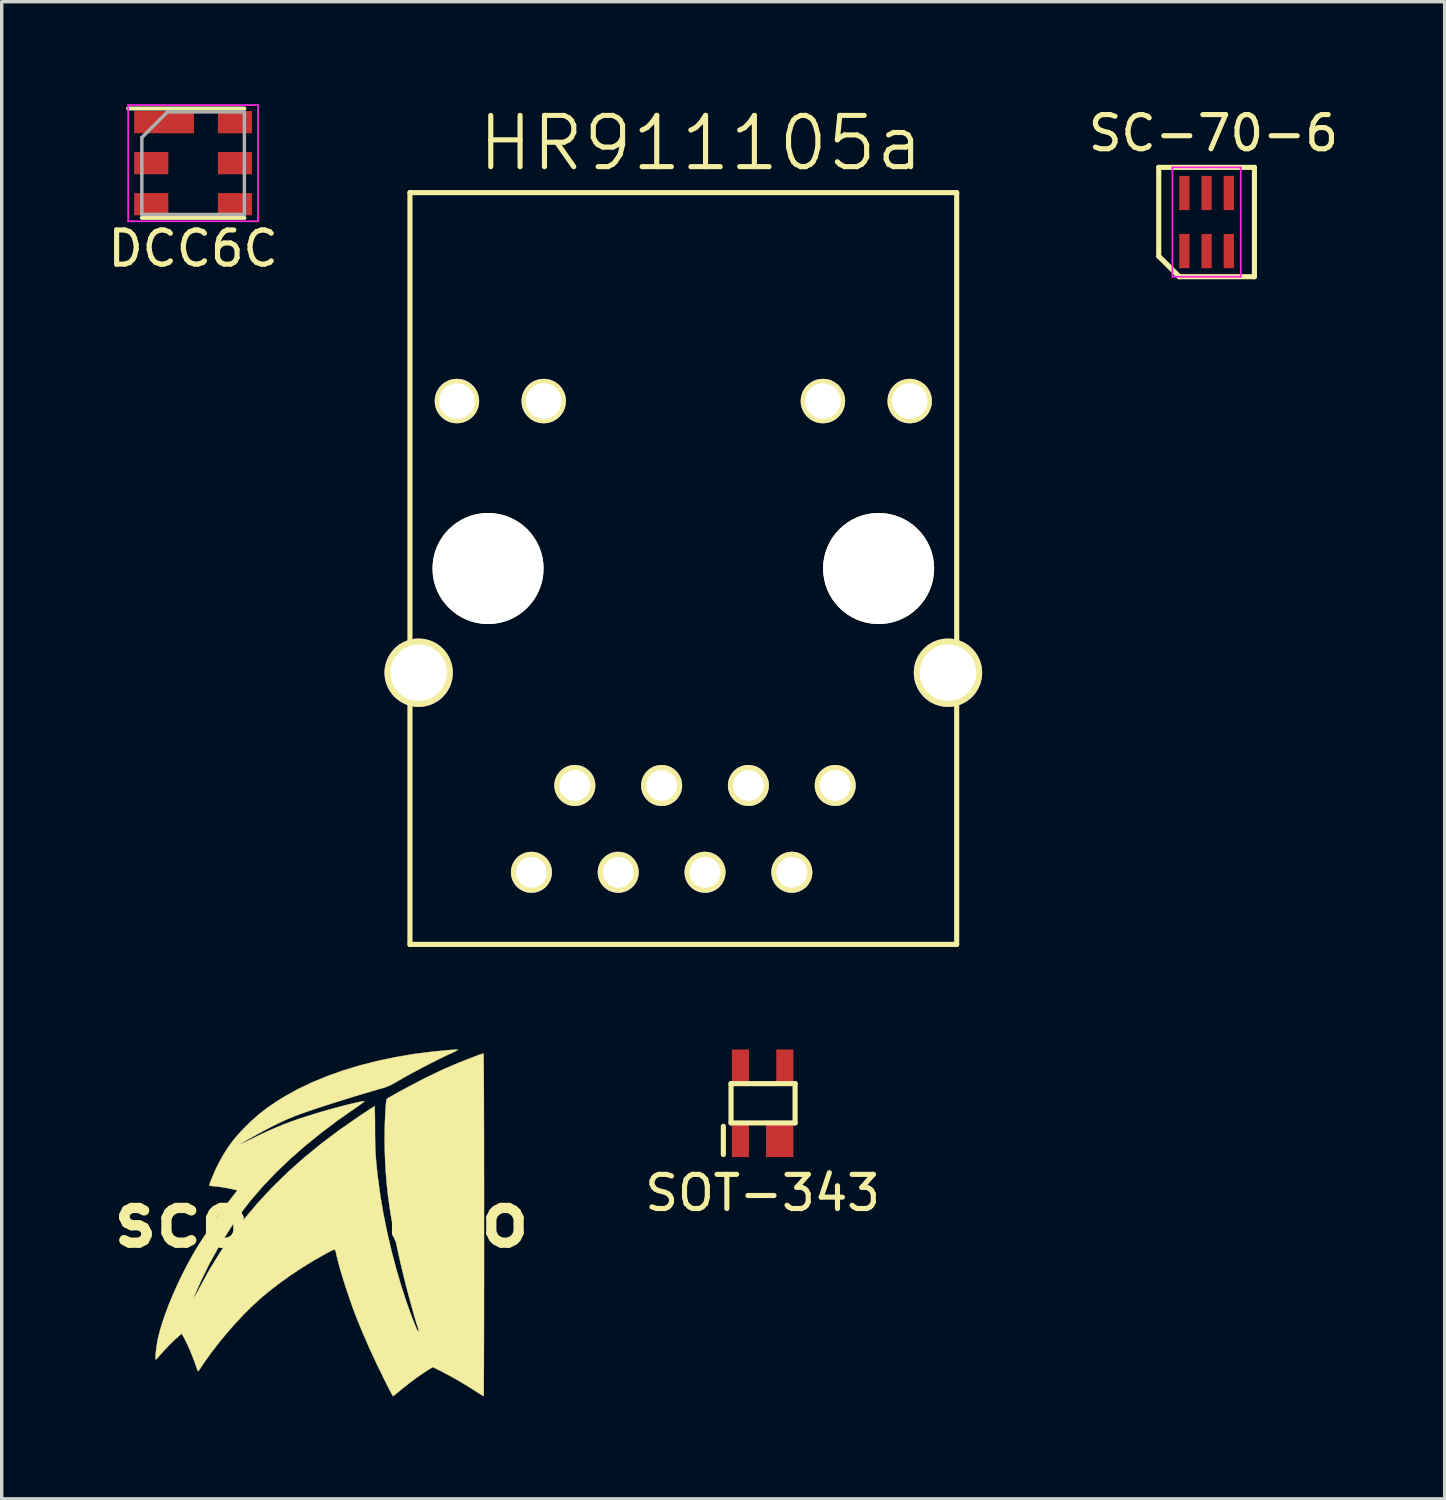
<source format=kicad_pcb>
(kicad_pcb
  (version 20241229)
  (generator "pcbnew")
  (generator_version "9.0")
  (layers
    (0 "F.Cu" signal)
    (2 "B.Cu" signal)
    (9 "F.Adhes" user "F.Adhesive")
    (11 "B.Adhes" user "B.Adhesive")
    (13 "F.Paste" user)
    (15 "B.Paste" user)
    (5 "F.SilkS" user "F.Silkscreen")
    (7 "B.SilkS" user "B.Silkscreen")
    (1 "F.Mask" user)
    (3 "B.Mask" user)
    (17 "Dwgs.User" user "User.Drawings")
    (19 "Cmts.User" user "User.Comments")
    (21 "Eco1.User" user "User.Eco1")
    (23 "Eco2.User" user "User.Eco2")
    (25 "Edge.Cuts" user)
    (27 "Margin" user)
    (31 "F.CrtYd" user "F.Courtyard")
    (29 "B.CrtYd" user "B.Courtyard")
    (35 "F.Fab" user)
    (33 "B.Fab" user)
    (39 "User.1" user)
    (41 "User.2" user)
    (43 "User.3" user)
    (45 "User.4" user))
  (footprint "DCC6C"
    (layer "F.Cu")
    (at 2.601 1.725)
    (property "Reference" "DCC6C" (at 0 2.5 0) (layer "F.SilkS") (effects (font (size 1 1) (thickness 0.15))))
    (attr through_hole)
    (fp_line (start -1.9 -1.6) (end 1.5 -1.6) (stroke (width 0.12) (type solid)) (layer "F.SilkS"))
    (fp_line (start 1.5 1.6) (end -1.5 1.6) (stroke (width 0.12) (type solid)) (layer "F.SilkS"))
    (fp_line (start -1.9 -1.7) (end 1.9 -1.7) (stroke (width 0.05) (type solid)) (layer "F.CrtYd"))
    (fp_line (start -1.9 1.7) (end -1.9 -1.7) (stroke (width 0.05) (type solid)) (layer "F.CrtYd"))
    (fp_line (start 1.9 -1.7) (end 1.9 1.7) (stroke (width 0.05) (type solid)) (layer "F.CrtYd"))
    (fp_line (start 1.9 1.7) (end -1.9 1.7) (stroke (width 0.05) (type solid)) (layer "F.CrtYd"))
    (fp_line (start -1.5 -0.75) (end -0.75 -1.5) (stroke (width 0.1) (type solid)) (layer "F.Fab"))
    (fp_line (start -1.5 1.5) (end -1.5 -0.75) (stroke (width 0.1) (type solid)) (layer "F.Fab"))
    (fp_line (start -0.75 -1.5) (end 1.5 -1.5) (stroke (width 0.1) (type solid)) (layer "F.Fab"))
    (fp_line (start 1.5 -1.5) (end 1.5 1.5) (stroke (width 0.1) (type solid)) (layer "F.Fab"))
    (fp_line (start 1.5 1.5) (end -1.5 1.5) (stroke (width 0.1) (type solid)) (layer "F.Fab"))
    (pad "1" smd rect (at -0.85 -1.2) (size 1.75 0.65) (layers "F.Cu" "F.Mask" "F.Paste"))
    (pad "2" smd rect (at -1.225 0) (size 1 0.65) (layers "F.Cu" "F.Mask" "F.Paste"))
    (pad "3" smd rect (at -1.225 1.2) (size 1 0.65) (layers "F.Cu" "F.Mask" "F.Paste"))
    (pad "4" smd rect (at 1.225 1.2 180) (size 1 0.65) (layers "F.Cu" "F.Mask" "F.Paste"))
    (pad "5" smd rect (at 1.225 0) (size 1 0.65) (layers "F.Cu" "F.Mask" "F.Paste"))
    (pad "6" smd rect (at 1.225 -1.2) (size 1 0.65) (layers "F.Cu" "F.Mask" "F.Paste")))
  (footprint "scomslogo"
    (layer "F.Cu")
    (at 6.357 32.626)
    (property "Reference" "scomslogo" (at 0 0 0) (layer "F.SilkS") (effects (font (size 1.524 1.524) (thickness 0.3))))
    (attr through_hole)
    (fp_poly (pts (xy 3.997 -4.959) (xy 3.99 -4.95) (xy 3.958 -4.93) (xy 3.906 -4.904) (xy 3.85 -4.877) (xy 3.676 -4.797) (xy 3.479 -4.702) (xy 3.268 -4.596) (xy 3.047 -4.483) (xy 2.823 -4.365) (xy 2.604 -4.247) (xy 2.394 -4.131) (xy 2.202 -4.021) (xy 2.134 -3.98) (xy 1.992 -3.906) (xy 1.851 -3.851) (xy 1.803 -3.837) (xy 1.642 -3.791) (xy 1.455 -3.736) (xy 1.249 -3.675) (xy 1.03 -3.609) (xy 0.805 -3.54) (xy 0.581 -3.47) (xy 0.363 -3.402) (xy 0.159 -3.337) (xy -0.025 -3.277) (xy -0.152 -3.235) (xy -0.352 -3.168) (xy -0.526 -3.107) (xy -0.678 -3.052) (xy -0.815 -3) (xy -0.943 -2.948) (xy -1.067 -2.894) (xy -1.193 -2.835) (xy -1.327 -2.77) (xy -1.465 -2.701) (xy -1.565 -2.649) (xy -1.675 -2.591) (xy -1.79 -2.529) (xy -1.906 -2.466) (xy -2.019 -2.404) (xy -2.125 -2.344) (xy -2.219 -2.291) (xy -2.297 -2.245) (xy -2.356 -2.209) (xy -2.39 -2.186) (xy -2.396 -2.181) (xy -2.386 -2.184) (xy -2.35 -2.2) (xy -2.292 -2.227) (xy -2.214 -2.264) (xy -2.121 -2.31) (xy -2.036 -2.352) (xy -1.795 -2.47) (xy -1.567 -2.576) (xy -1.345 -2.673) (xy -1.124 -2.764) (xy -0.897 -2.85) (xy -0.657 -2.934) (xy -0.399 -3.018) (xy -0.116 -3.106) (xy -0.006 -3.139) (xy 0.129 -3.178) (xy 0.271 -3.218) (xy 0.417 -3.258) (xy 0.563 -3.296) (xy 0.704 -3.333) (xy 0.838 -3.366) (xy 0.961 -3.395) (xy 1.067 -3.419) (xy 1.154 -3.437) (xy 1.217 -3.448) (xy 1.252 -3.451) (xy 1.257 -3.45) (xy 1.25 -3.439) (xy 1.219 -3.413) (xy 1.167 -3.373) (xy 1.1 -3.325) (xy 1.022 -3.271) (xy 0.485 -2.895) (xy -0.018 -2.516) (xy -0.488 -2.135) (xy -0.925 -1.751) (xy -1.33 -1.364) (xy -1.702 -0.974) (xy -2.043 -0.58) (xy -2.28 -0.279) (xy -2.635 0.22) (xy -2.964 0.739) (xy -3.264 1.275) (xy -3.534 1.827) (xy -3.643 2.072) (xy -3.678 2.154) (xy -3.706 2.225) (xy -3.726 2.278) (xy -3.736 2.309) (xy -3.737 2.314) (xy -3.727 2.302) (xy -3.704 2.264) (xy -3.671 2.205) (xy -3.63 2.128) (xy -3.583 2.039) (xy -3.569 2.012) (xy -3.277 1.48) (xy -2.961 0.967) (xy -2.62 0.47) (xy -2.253 -0.011) (xy -1.86 -0.477) (xy -1.439 -0.929) (xy -0.99 -1.368) (xy -0.511 -1.795) (xy -0.002 -2.211) (xy 0.537 -2.616) (xy 1.109 -3.012) (xy 1.115 -3.016) (xy 1.222 -3.087) (xy 1.321 -3.152) (xy 1.406 -3.208) (xy 1.476 -3.253) (xy 1.525 -3.285) (xy 1.552 -3.3) (xy 1.555 -3.302) (xy 1.558 -3.286) (xy 1.56 -3.239) (xy 1.562 -3.166) (xy 1.564 -3.071) (xy 1.566 -2.957) (xy 1.567 -2.827) (xy 1.567 -2.686) (xy 1.567 -2.68) (xy 1.568 -2.474) (xy 1.57 -2.296) (xy 1.574 -2.136) (xy 1.58 -1.987) (xy 1.589 -1.842) (xy 1.6 -1.694) (xy 1.616 -1.534) (xy 1.635 -1.356) (xy 1.653 -1.202) (xy 1.722 -0.693) (xy 1.811 -0.166) (xy 1.92 0.372) (xy 2.046 0.915) (xy 2.188 1.453) (xy 2.343 1.981) (xy 2.479 2.398) (xy 2.526 2.532) (xy 2.574 2.667) (xy 2.622 2.799) (xy 2.669 2.923) (xy 2.713 3.035) (xy 2.751 3.132) (xy 2.784 3.208) (xy 2.808 3.259) (xy 2.819 3.278) (xy 2.837 3.3) (xy 2.843 3.294) (xy 2.844 3.274) (xy 2.839 3.237) (xy 2.825 3.185) (xy 2.819 3.164) (xy 2.79 3.079) (xy 2.755 2.965) (xy 2.714 2.827) (xy 2.67 2.67) (xy 2.622 2.498) (xy 2.573 2.316) (xy 2.523 2.128) (xy 2.474 1.939) (xy 2.427 1.753) (xy 2.383 1.575) (xy 2.365 1.499) (xy 2.267 1.076) (xy 2.181 0.68) (xy 2.106 0.308) (xy 2.043 -0.047) (xy 1.989 -0.386) (xy 1.945 -0.716) (xy 1.91 -1.04) (xy 1.884 -1.362) (xy 1.865 -1.686) (xy 1.853 -2.018) (xy 1.852 -2.083) (xy 1.849 -2.315) (xy 1.851 -2.557) (xy 1.856 -2.801) (xy 1.866 -3.035) (xy 1.878 -3.253) (xy 1.891 -3.405) (xy 1.898 -3.466) (xy 1.907 -3.503) (xy 1.925 -3.526) (xy 1.954 -3.546) (xy 1.954 -3.546) (xy 2.151 -3.658) (xy 2.363 -3.774) (xy 2.584 -3.893) (xy 2.808 -4.01) (xy 3.028 -4.123) (xy 3.24 -4.227) (xy 3.435 -4.321) (xy 3.609 -4.401) (xy 3.632 -4.411) (xy 3.756 -4.465) (xy 3.887 -4.521) (xy 4.022 -4.576) (xy 4.157 -4.631) (xy 4.287 -4.682) (xy 4.409 -4.729) (xy 4.518 -4.77) (xy 4.61 -4.804) (xy 4.682 -4.828) (xy 4.729 -4.841) (xy 4.743 -4.843) (xy 4.744 -4.826) (xy 4.746 -4.776) (xy 4.747 -4.695) (xy 4.748 -4.582) (xy 4.749 -4.44) (xy 4.751 -4.268) (xy 4.752 -4.069) (xy 4.753 -3.842) (xy 4.754 -3.589) (xy 4.754 -3.311) (xy 4.755 -3.009) (xy 4.756 -2.683) (xy 4.757 -2.335) (xy 4.757 -1.966) (xy 4.757 -1.577) (xy 4.758 -1.168) (xy 4.758 -0.741) (xy 4.758 -0.297) (xy 4.758 0.164) (xy 4.758 0.169) (xy 4.758 0.579) (xy 4.758 0.98) (xy 4.758 1.371) (xy 4.758 1.75) (xy 4.757 2.116) (xy 4.757 2.469) (xy 4.757 2.806) (xy 4.756 3.126) (xy 4.756 3.428) (xy 4.755 3.711) (xy 4.754 3.973) (xy 4.754 4.213) (xy 4.753 4.429) (xy 4.752 4.621) (xy 4.751 4.787) (xy 4.751 4.926) (xy 4.75 5.036) (xy 4.749 5.116) (xy 4.748 5.165) (xy 4.747 5.182) (xy 4.73 5.173) (xy 4.689 5.149) (xy 4.632 5.113) (xy 4.563 5.07) (xy 4.548 5.06) (xy 4.288 4.895) (xy 4.034 4.742) (xy 3.792 4.605) (xy 3.567 4.486) (xy 3.547 4.475) (xy 3.259 4.33) (xy 3.103 4.426) (xy 2.957 4.521) (xy 2.794 4.635) (xy 2.621 4.763) (xy 2.445 4.901) (xy 2.325 4.997) (xy 2.251 5.058) (xy 2.187 5.11) (xy 2.136 5.15) (xy 2.103 5.175) (xy 2.092 5.182) (xy 2.083 5.167) (xy 2.06 5.126) (xy 2.026 5.062) (xy 1.983 4.979) (xy 1.933 4.881) (xy 1.878 4.772) (xy 1.865 4.746) (xy 1.622 4.249) (xy 1.402 3.775) (xy 1.204 3.321) (xy 1.027 2.887) (xy 0.991 2.794) (xy 0.91 2.577) (xy 0.829 2.349) (xy 0.75 2.116) (xy 0.674 1.883) (xy 0.604 1.656) (xy 0.541 1.442) (xy 0.487 1.244) (xy 0.444 1.07) (xy 0.431 1.011) (xy 0.42 0.959) (xy 0.41 0.922) (xy 0.397 0.901) (xy 0.375 0.894) (xy 0.341 0.902) (xy 0.29 0.926) (xy 0.217 0.964) (xy 0.129 1.011) (xy -0.218 1.207) (xy -0.565 1.42) (xy -0.907 1.647) (xy -1.235 1.882) (xy -1.544 2.121) (xy -1.778 2.317) (xy -2.022 2.541) (xy -2.272 2.789) (xy -2.523 3.057) (xy -2.769 3.337) (xy -3.006 3.623) (xy -3.226 3.91) (xy -3.426 4.19) (xy -3.514 4.322) (xy -3.552 4.38) (xy -3.584 4.424) (xy -3.605 4.45) (xy -3.61 4.453) (xy -3.62 4.438) (xy -3.637 4.399) (xy -3.658 4.341) (xy -3.667 4.314) (xy -3.72 4.16) (xy -3.782 4) (xy -3.848 3.84) (xy -3.915 3.688) (xy -3.981 3.551) (xy -4.042 3.437) (xy -4.061 3.404) (xy -4.093 3.352) (xy -4.252 3.493) (xy -4.352 3.586) (xy -4.466 3.7) (xy -4.588 3.829) (xy -4.714 3.968) (xy -4.789 4.053) (xy -4.822 4.089) (xy -4.847 4.108) (xy -4.855 4.109) (xy -4.858 4.087) (xy -4.857 4.039) (xy -4.852 3.969) (xy -4.844 3.886) (xy -4.833 3.794) (xy -4.821 3.702) (xy -4.807 3.614) (xy -4.793 3.537) (xy -4.792 3.528) (xy -4.738 3.302) (xy -4.665 3.054) (xy -4.574 2.787) (xy -4.469 2.508) (xy -4.35 2.219) (xy -4.219 1.925) (xy -4.079 1.632) (xy -3.931 1.342) (xy -3.776 1.062) (xy -3.686 0.906) (xy -3.589 0.748) (xy -3.474 0.569) (xy -3.347 0.377) (xy -3.21 0.176) (xy -3.068 -0.028) (xy -2.925 -0.227) (xy -2.786 -0.418) (xy -2.654 -0.592) (xy -2.534 -0.746) (xy -2.526 -0.756) (xy -2.489 -0.802) (xy -2.472 -0.829) (xy -2.471 -0.843) (xy -2.486 -0.85) (xy -2.494 -0.852) (xy -2.709 -0.899) (xy -2.893 -0.932) (xy -3.046 -0.953) (xy -3.111 -0.959) (xy -3.184 -0.965) (xy -3.241 -0.973) (xy -3.277 -0.981) (xy -3.285 -0.986) (xy -3.278 -1.015) (xy -3.259 -1.07) (xy -3.23 -1.143) (xy -3.194 -1.231) (xy -3.153 -1.326) (xy -3.11 -1.424) (xy -3.066 -1.518) (xy -3.024 -1.604) (xy -3.015 -1.622) (xy -2.884 -1.862) (xy -2.744 -2.084) (xy -2.69 -2.159) (xy -2.438 -2.159) (xy -2.43 -2.151) (xy -2.421 -2.159) (xy -2.43 -2.167) (xy -2.438 -2.159) (xy -2.69 -2.159) (xy -2.59 -2.295) (xy -2.416 -2.502) (xy -2.215 -2.713) (xy -2.21 -2.718) (xy -2.005 -2.914) (xy -1.798 -3.093) (xy -1.579 -3.261) (xy -1.342 -3.423) (xy -1.079 -3.587) (xy -1.073 -3.591) (xy -0.685 -3.805) (xy -0.269 -4.003) (xy 0.173 -4.185) (xy 0.638 -4.35) (xy 1.126 -4.498) (xy 1.634 -4.627) (xy 2.159 -4.738) (xy 2.7 -4.83) (xy 3.254 -4.901) (xy 3.72 -4.945) (xy 3.811 -4.952) (xy 3.89 -4.956) (xy 3.952 -4.959) (xy 3.989 -4.959) (xy 3.997 -4.959)) (stroke (width 0.01) (type solid)) (fill yes) (layer "F.SilkS")))
  (footprint "SC-70-6"
    (layer "F.Cu")
    (at 32.26 3.448)
    (property "Reference" "SC-70-6" (at 0.2 -2.6 180) (layer "F.SilkS") (effects (font (size 1 1) (thickness 0.15))))
    (attr smd)
    (fp_line (start -1.4 -1.6) (end 1.4 -1.6) (stroke (width 0.15) (type solid)) (layer "F.SilkS"))
    (fp_line (start -1.4 1) (end -1.4 -1.6) (stroke (width 0.15) (type solid)) (layer "F.SilkS"))
    (fp_line (start -0.8 1.6) (end -1.4 1) (stroke (width 0.15) (type solid)) (layer "F.SilkS"))
    (fp_line (start 1.4 -1.6) (end 1.4 1.6) (stroke (width 0.15) (type solid)) (layer "F.SilkS"))
    (fp_line (start 1.4 1.6) (end -0.8 1.6) (stroke (width 0.15) (type solid)) (layer "F.SilkS"))
    (fp_line (start -1 -1.6) (end 1 -1.6) (stroke (width 0.05) (type solid)) (layer "F.CrtYd"))
    (fp_line (start -1 1.6) (end -1 -1.6) (stroke (width 0.05) (type solid)) (layer "F.CrtYd"))
    (fp_line (start 1 -1.6) (end 1 1.6) (stroke (width 0.05) (type solid)) (layer "F.CrtYd"))
    (fp_line (start 1 1.6) (end -1 1.6) (stroke (width 0.05) (type solid)) (layer "F.CrtYd"))
    (pad "1" smd rect (at -0.65 0.85) (size 0.3 1) (layers "F.Cu" "F.Mask" "F.Paste"))
    (pad "2" smd rect (at 0 0.85) (size 0.3 1) (layers "F.Cu" "F.Mask" "F.Paste"))
    (pad "3" smd rect (at 0.65 0.85) (size 0.3 1) (layers "F.Cu" "F.Mask" "F.Paste"))
    (pad "4" smd rect (at 0.65 -0.85) (size 0.3 1) (layers "F.Cu" "F.Mask" "F.Paste"))
    (pad "5" smd rect (at 0 -0.85) (size 0.3 1) (layers "F.Cu" "F.Mask" "F.Paste"))
    (pad "6" smd rect (at -0.65 -0.85) (size 0.3 1) (layers "F.Cu" "F.Mask" "F.Paste")))
  (footprint "HR911105a"
    (layer "F.Cu")
    (at 16.947 13.587)
    (property "Reference" "HR911105a" (at 0.508 -12.446 0) (layer "F.SilkS") (effects (font (size 1.5 1.5) (thickness 0.15))))
    (attr through_hole)
    (fp_line (start -8 -11) (end -8 11) (stroke (width 0.15) (type solid)) (layer "F.SilkS"))
    (fp_line (start -8 11) (end 8 11) (stroke (width 0.15) (type solid)) (layer "F.SilkS"))
    (fp_line (start 8 -11) (end -8 -11) (stroke (width 0.15) (type solid)) (layer "F.SilkS"))
    (fp_line (start 8 11) (end 8 -11) (stroke (width 0.15) (type solid)) (layer "F.SilkS"))
    (pad "" np_thru_hole circle (at -5.715 0) (size 3.25 3.25) (drill 3.25) (layers "*.Cu" "*.Mask" "F.SilkS"))
    (pad "" np_thru_hole circle (at 5.715 0) (size 3.25 3.25) (drill 3.25) (layers "*.Cu" "*.Mask" "F.SilkS"))
    (pad "1" thru_hole circle (at 4.445 6.35) (size 1.2 1.2) (drill 0.9) (layers "*.Cu" "*.Mask" "F.SilkS"))
    (pad "2" thru_hole circle (at 3.175 8.89) (size 1.2 1.2) (drill 0.9) (layers "*.Cu" "*.Mask" "F.SilkS"))
    (pad "3" thru_hole circle (at 1.905 6.35) (size 1.2 1.2) (drill 0.9) (layers "*.Cu" "*.Mask" "F.SilkS"))
    (pad "4" thru_hole circle (at 0.635 8.89) (size 1.2 1.2) (drill 0.9) (layers "*.Cu" "*.Mask" "F.SilkS"))
    (pad "5" thru_hole circle (at -0.635 6.35) (size 1.2 1.2) (drill 0.9) (layers "*.Cu" "*.Mask" "F.SilkS"))
    (pad "6" thru_hole circle (at -1.905 8.89) (size 1.2 1.2) (drill 0.9) (layers "*.Cu" "*.Mask" "F.SilkS"))
    (pad "7" thru_hole circle (at -3.175 6.35) (size 1.2 1.2) (drill 0.9) (layers "*.Cu" "*.Mask" "F.SilkS"))
    (pad "8" thru_hole circle (at -4.445 8.89) (size 1.2 1.2) (drill 0.9) (layers "*.Cu" "*.Mask" "F.SilkS"))
    (pad "9" thru_hole circle (at 6.625 -4.9) (size 1.3 1.3) (drill 1.04) (layers "*.Cu" "*.Mask" "F.SilkS"))
    (pad "10" thru_hole circle (at 4.085 -4.9) (size 1.3 1.3) (drill 1.04) (layers "*.Cu" "*.Mask" "F.SilkS"))
    (pad "11" thru_hole circle (at -4.085 -4.9) (size 1.3 1.3) (drill 1.04) (layers "*.Cu" "*.Mask" "F.SilkS"))
    (pad "12" thru_hole circle (at -6.625 -4.9) (size 1.3 1.3) (drill 1.04) (layers "*.Cu" "*.Mask" "F.SilkS"))
    (pad "13" thru_hole circle (at 7.745 3.05) (size 2 2) (drill 1.65) (layers "*.Cu" "*.Mask" "F.SilkS"))
    (pad "14" thru_hole circle (at -7.745 3.05) (size 2 2) (drill 1.65) (layers "*.Cu" "*.Mask" "F.SilkS")))
  (footprint "SOT-343"
    (layer "F.Cu")
    (at 19.268 29.237)
    (property "Reference" "SOT-343" (at 0 2.625 0) (layer "F.SilkS") (effects (font (size 1 1) (thickness 0.15))))
    (attr through_hole)
    (fp_line (start -1.15 0.675) (end -1.15 1.5) (stroke (width 0.15) (type solid)) (layer "F.SilkS"))
    (fp_line (start -0.925 -0.575) (end 0.95 -0.575) (stroke (width 0.15) (type solid)) (layer "F.SilkS"))
    (fp_line (start -0.925 0.575) (end -0.925 -0.575) (stroke (width 0.15) (type solid)) (layer "F.SilkS"))
    (fp_line (start 0.95 -0.575) (end 0.95 0.575) (stroke (width 0.15) (type solid)) (layer "F.SilkS"))
    (fp_line (start 0.95 0.575) (end -0.925 0.575) (stroke (width 0.15) (type solid)) (layer "F.SilkS"))
    (pad "1" smd rect (at -0.65 1.1) (size 0.5 0.95) (layers "F.Cu" "F.Mask" "F.Paste"))
    (pad "2" smd rect (at 0.5 1.1) (size 0.8 0.95) (layers "F.Cu" "F.Mask" "F.Paste"))
    (pad "3" smd rect (at 0.65 -1.1) (size 0.5 0.95) (layers "F.Cu" "F.Mask" "F.Paste"))
    (pad "4" smd rect (at -0.65 -1.1) (size 0.5 0.95) (layers "F.Cu" "F.Mask" "F.Paste")))
  (gr_rect
    (start -3 -3)
    (end 39.228 40.813)
    (stroke (width 0.1) (type default))
    (fill no)
    (layer "Edge.Cuts")))
</source>
